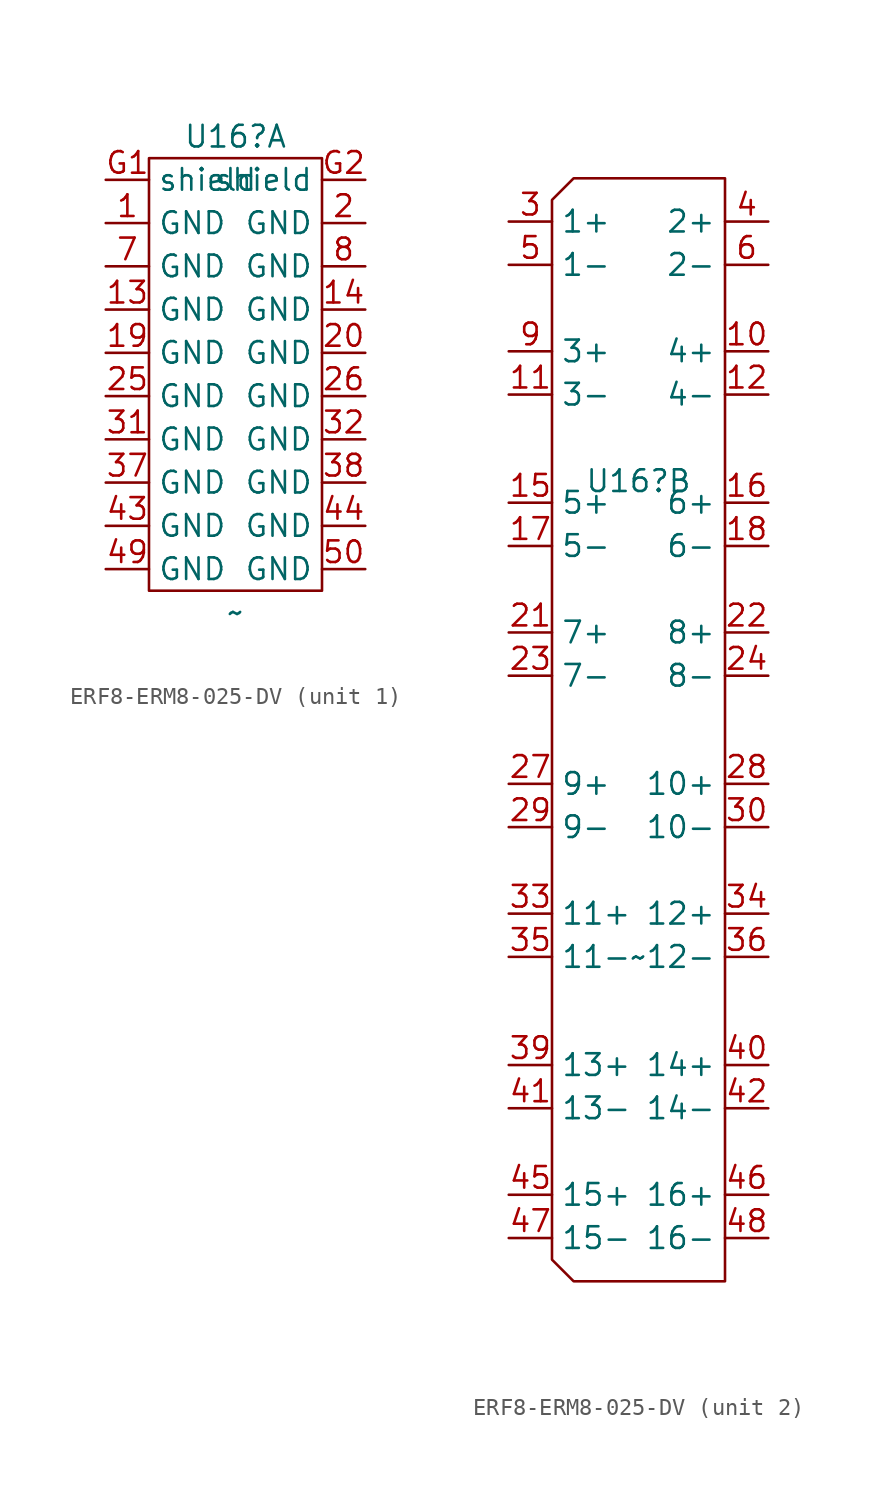
<source format=kicad_sym>
(kicad_symbol_lib
  (version 20241209)
  (generator "kicad_symbol_editor")
  (generator_version "9.0")
  (symbol "ERF8-ERM8-025-DV"
    (property "Reference" "U16"
      (at 0 13.97 0)
      (effects (font (size 1.27 1.27))))
    (property "Value" "~"
      (at 0 -13.97 0)
      (effects (font (size 1.27 1.27))))
    (property "ki_locked" ""
      (at 0 0 0)
      (effects (font (size 1.27 1.27))))
    (symbol "ERF8-ERM8-025-DV_1_1"
      (rectangle (start -5.08 12.7) (end 5.08 -12.7) (stroke (width 0) (type default)) (fill (type none)))
      (pin input line (at -7.62 11.43 0) (length 2.54) (name "shield" (effects (font (size 1.27 1.27)))) (number "G1" (effects (font (size 1.27 1.27)))))
      (pin input line (at -7.62 8.89 0) (length 2.54) (name "GND" (effects (font (size 1.27 1.27)))) (number "1" (effects (font (size 1.27 1.27)))))
      (pin input line (at -7.62 6.35 0) (length 2.54) (name "GND" (effects (font (size 1.27 1.27)))) (number "7" (effects (font (size 1.27 1.27)))))
      (pin input line (at -7.62 3.81 0) (length 2.54) (name "GND" (effects (font (size 1.27 1.27)))) (number "13" (effects (font (size 1.27 1.27)))))
      (pin input line (at -7.62 1.27 0) (length 2.54) (name "GND" (effects (font (size 1.27 1.27)))) (number "19" (effects (font (size 1.27 1.27)))))
      (pin input line (at -7.62 -1.27 0) (length 2.54) (name "GND" (effects (font (size 1.27 1.27)))) (number "25" (effects (font (size 1.27 1.27)))))
      (pin input line (at -7.62 -3.81 0) (length 2.54) (name "GND" (effects (font (size 1.27 1.27)))) (number "31" (effects (font (size 1.27 1.27)))))
      (pin input line (at -7.62 -6.35 0) (length 2.54) (name "GND" (effects (font (size 1.27 1.27)))) (number "37" (effects (font (size 1.27 1.27)))))
      (pin input line (at -7.62 -8.89 0) (length 2.54) (name "GND" (effects (font (size 1.27 1.27)))) (number "43" (effects (font (size 1.27 1.27)))))
      (pin input line (at -7.62 -11.43 0) (length 2.54) (name "GND" (effects (font (size 1.27 1.27)))) (number "49" (effects (font (size 1.27 1.27)))))
      (pin input line (at 7.62 11.43 180) (length 2.54) (name "shield" (effects (font (size 1.27 1.27)))) (number "G2" (effects (font (size 1.27 1.27)))))
      (pin input line (at 7.62 8.89 180) (length 2.54) (name "GND" (effects (font (size 1.27 1.27)))) (number "2" (effects (font (size 1.27 1.27)))))
      (pin input line (at 7.62 6.35 180) (length 2.54) (name "GND" (effects (font (size 1.27 1.27)))) (number "8" (effects (font (size 1.27 1.27)))))
      (pin input line (at 7.62 3.81 180) (length 2.54) (name "GND" (effects (font (size 1.27 1.27)))) (number "14" (effects (font (size 1.27 1.27)))))
      (pin input line (at 7.62 1.27 180) (length 2.54) (name "GND" (effects (font (size 1.27 1.27)))) (number "20" (effects (font (size 1.27 1.27)))))
      (pin input line (at 7.62 -1.27 180) (length 2.54) (name "GND" (effects (font (size 1.27 1.27)))) (number "26" (effects (font (size 1.27 1.27)))))
      (pin input line (at 7.62 -3.81 180) (length 2.54) (name "GND" (effects (font (size 1.27 1.27)))) (number "32" (effects (font (size 1.27 1.27)))))
      (pin input line (at 7.62 -6.35 180) (length 2.54) (name "GND" (effects (font (size 1.27 1.27)))) (number "38" (effects (font (size 1.27 1.27)))))
      (pin input line (at 7.62 -8.89 180) (length 2.54) (name "GND" (effects (font (size 1.27 1.27)))) (number "44" (effects (font (size 1.27 1.27)))))
      (pin input line (at 7.62 -11.43 180) (length 2.54) (name "GND" (effects (font (size 1.27 1.27)))) (number "50" (effects (font (size 1.27 1.27))))))
    (symbol "ERF8-ERM8-025-DV_2_1"
      (polyline (pts (xy -5.08 30.48) (xy -3.81 31.75) (xy 5.08 31.75) (xy 5.08 -33.02) (xy -3.81 -33.02) (xy -5.08 -31.75) (xy -5.08 30.48)) (stroke (width 0) (type default)) (fill (type none)))
      (pin input line (at -7.62 29.21 0) (length 2.54) (name "1+" (effects (font (size 1.27 1.27)))) (number "3" (effects (font (size 1.27 1.27)))))
      (pin input line (at -7.62 26.67 0) (length 2.54) (name "1-" (effects (font (size 1.27 1.27)))) (number "5" (effects (font (size 1.27 1.27)))))
      (pin input line (at -7.62 21.59 0) (length 2.54) (name "3+" (effects (font (size 1.27 1.27)))) (number "9" (effects (font (size 1.27 1.27)))))
      (pin input line (at -7.62 19.05 0) (length 2.54) (name "3-" (effects (font (size 1.27 1.27)))) (number "11" (effects (font (size 1.27 1.27)))))
      (pin input line (at -7.62 12.7 0) (length 2.54) (name "5+" (effects (font (size 1.27 1.27)))) (number "15" (effects (font (size 1.27 1.27)))))
      (pin input line (at -7.62 10.16 0) (length 2.54) (name "5-" (effects (font (size 1.27 1.27)))) (number "17" (effects (font (size 1.27 1.27)))))
      (pin input line (at -7.62 5.08 0) (length 2.54) (name "7+" (effects (font (size 1.27 1.27)))) (number "21" (effects (font (size 1.27 1.27)))))
      (pin input line (at -7.62 2.54 0) (length 2.54) (name "7-" (effects (font (size 1.27 1.27)))) (number "23" (effects (font (size 1.27 1.27)))))
      (pin input line (at -7.62 -3.81 0) (length 2.54) (name "9+" (effects (font (size 1.27 1.27)))) (number "27" (effects (font (size 1.27 1.27)))))
      (pin input line (at -7.62 -6.35 0) (length 2.54) (name "9-" (effects (font (size 1.27 1.27)))) (number "29" (effects (font (size 1.27 1.27)))))
      (pin input line (at -7.62 -11.43 0) (length 2.54) (name "11+" (effects (font (size 1.27 1.27)))) (number "33" (effects (font (size 1.27 1.27)))))
      (pin input line (at -7.62 -13.97 0) (length 2.54) (name "11-" (effects (font (size 1.27 1.27)))) (number "35" (effects (font (size 1.27 1.27)))))
      (pin input line (at -7.62 -20.32 0) (length 2.54) (name "13+" (effects (font (size 1.27 1.27)))) (number "39" (effects (font (size 1.27 1.27)))))
      (pin input line (at -7.62 -22.86 0) (length 2.54) (name "13-" (effects (font (size 1.27 1.27)))) (number "41" (effects (font (size 1.27 1.27)))))
      (pin input line (at -7.62 -27.94 0) (length 2.54) (name "15+" (effects (font (size 1.27 1.27)))) (number "45" (effects (font (size 1.27 1.27)))))
      (pin input line (at -7.62 -30.48 0) (length 2.54) (name "15-" (effects (font (size 1.27 1.27)))) (number "47" (effects (font (size 1.27 1.27)))))
      (pin input line (at 7.62 29.21 180) (length 2.54) (name "2+" (effects (font (size 1.27 1.27)))) (number "4" (effects (font (size 1.27 1.27)))))
      (pin input line (at 7.62 26.67 180) (length 2.54) (name "2-" (effects (font (size 1.27 1.27)))) (number "6" (effects (font (size 1.27 1.27)))))
      (pin input line (at 7.62 21.59 180) (length 2.54) (name "4+" (effects (font (size 1.27 1.27)))) (number "10" (effects (font (size 1.27 1.27)))))
      (pin input line (at 7.62 19.05 180) (length 2.54) (name "4-" (effects (font (size 1.27 1.27)))) (number "12" (effects (font (size 1.27 1.27)))))
      (pin input line (at 7.62 12.7 180) (length 2.54) (name "6+" (effects (font (size 1.27 1.27)))) (number "16" (effects (font (size 1.27 1.27)))))
      (pin input line (at 7.62 10.16 180) (length 2.54) (name "6-" (effects (font (size 1.27 1.27)))) (number "18" (effects (font (size 1.27 1.27)))))
      (pin input line (at 7.62 5.08 180) (length 2.54) (name "8+" (effects (font (size 1.27 1.27)))) (number "22" (effects (font (size 1.27 1.27)))))
      (pin input line (at 7.62 2.54 180) (length 2.54) (name "8-" (effects (font (size 1.27 1.27)))) (number "24" (effects (font (size 1.27 1.27)))))
      (pin input line (at 7.62 -3.81 180) (length 2.54) (name "10+" (effects (font (size 1.27 1.27)))) (number "28" (effects (font (size 1.27 1.27)))))
      (pin input line (at 7.62 -6.35 180) (length 2.54) (name "10-" (effects (font (size 1.27 1.27)))) (number "30" (effects (font (size 1.27 1.27)))))
      (pin input line (at 7.62 -11.43 180) (length 2.54) (name "12+" (effects (font (size 1.27 1.27)))) (number "34" (effects (font (size 1.27 1.27)))))
      (pin input line (at 7.62 -13.97 180) (length 2.54) (name "12-" (effects (font (size 1.27 1.27)))) (number "36" (effects (font (size 1.27 1.27)))))
      (pin input line (at 7.62 -20.32 180) (length 2.54) (name "14+" (effects (font (size 1.27 1.27)))) (number "40" (effects (font (size 1.27 1.27)))))
      (pin input line (at 7.62 -22.86 180) (length 2.54) (name "14-" (effects (font (size 1.27 1.27)))) (number "42" (effects (font (size 1.27 1.27)))))
      (pin input line (at 7.62 -27.94 180) (length 2.54) (name "16+" (effects (font (size 1.27 1.27)))) (number "46" (effects (font (size 1.27 1.27)))))
      (pin input line (at 7.62 -30.48 180) (length 2.54) (name "16-" (effects (font (size 1.27 1.27)))) (number "48" (effects (font (size 1.27 1.27))))))))
</source>
